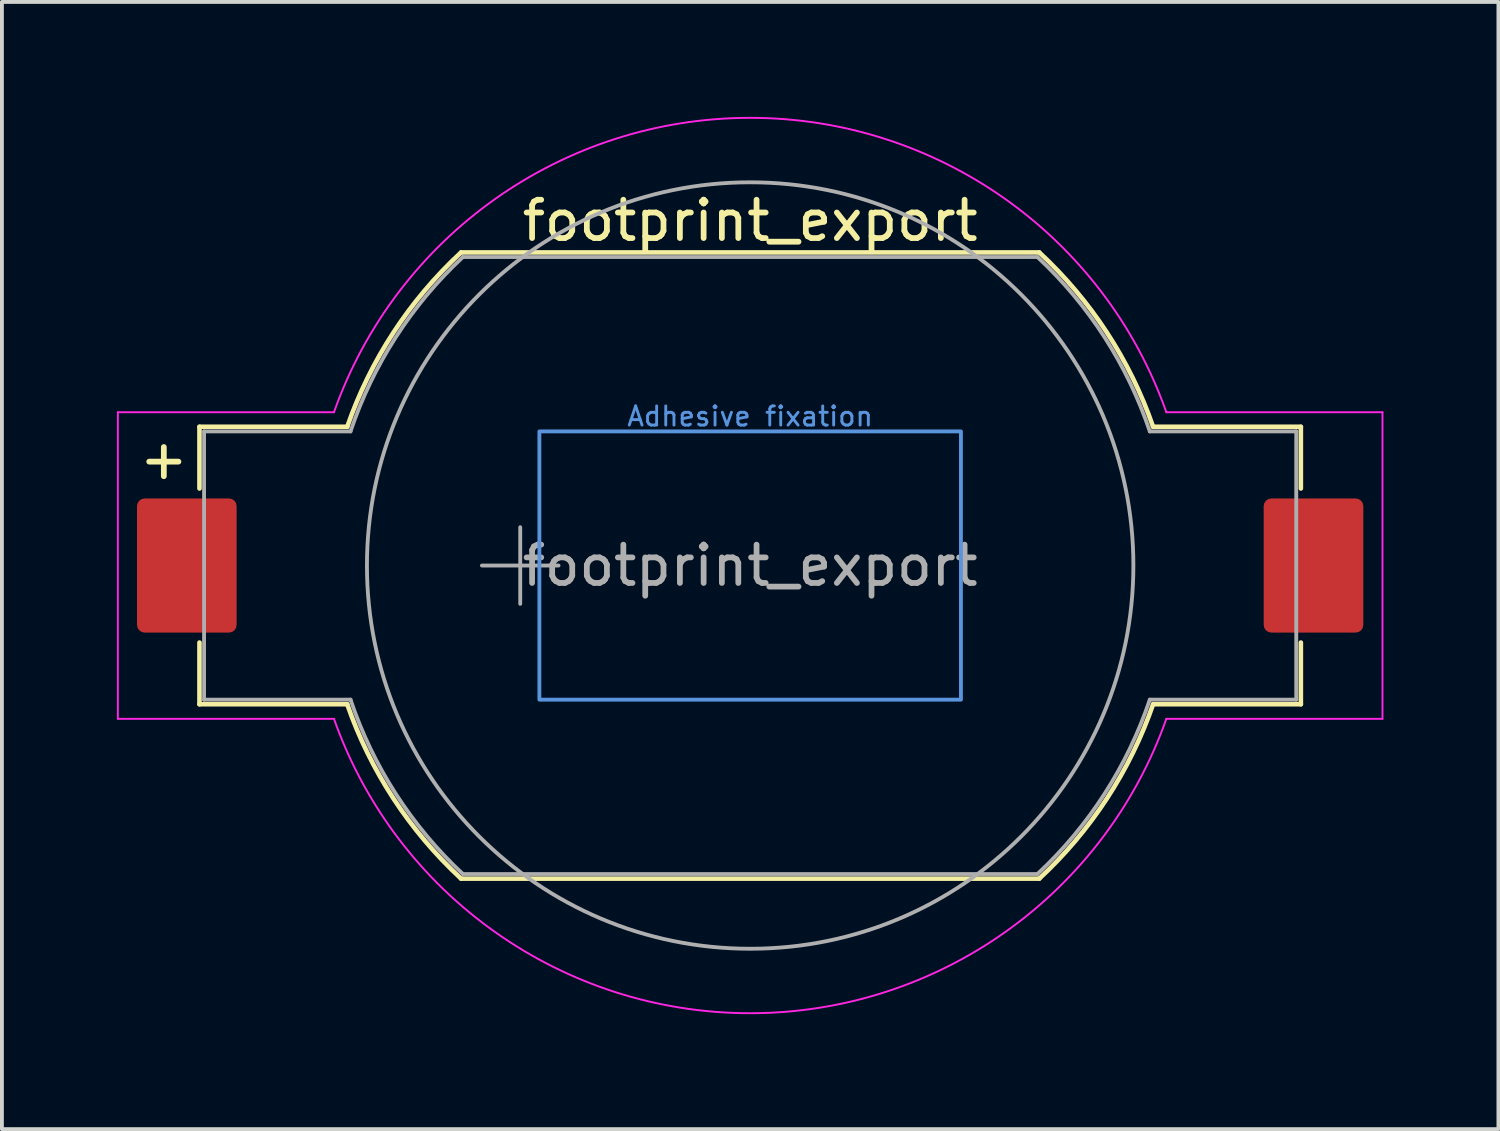
<source format=kicad_pcb>
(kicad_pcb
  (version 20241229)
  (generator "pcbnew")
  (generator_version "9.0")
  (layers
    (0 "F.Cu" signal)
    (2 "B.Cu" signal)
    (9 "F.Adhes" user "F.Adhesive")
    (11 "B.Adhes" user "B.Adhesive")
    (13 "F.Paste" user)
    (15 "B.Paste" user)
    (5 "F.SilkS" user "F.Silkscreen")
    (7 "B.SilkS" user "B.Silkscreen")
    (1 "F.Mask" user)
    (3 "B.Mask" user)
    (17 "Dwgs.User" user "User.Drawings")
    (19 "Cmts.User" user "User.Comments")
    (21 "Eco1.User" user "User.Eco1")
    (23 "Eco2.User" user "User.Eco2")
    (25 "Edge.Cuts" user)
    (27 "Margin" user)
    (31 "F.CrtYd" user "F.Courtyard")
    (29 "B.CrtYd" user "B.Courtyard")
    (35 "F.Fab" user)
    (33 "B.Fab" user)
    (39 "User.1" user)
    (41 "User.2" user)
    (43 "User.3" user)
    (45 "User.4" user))
  (footprint "footprint_export"
    (layer "F.Cu")
    (at 16.525 11.707)
    (property "Reference" "footprint_export" (at 0 -9 0) (layer "F.SilkS") (effects (font (size 1 1) (thickness 0.15))))
    (attr smd)
    (fp_line (start -14.37 -3.62) (end -10.514 -3.62) (stroke (width 0.12) (type solid)) (layer "F.SilkS"))
    (fp_line (start -14.37 -2.01) (end -14.37 -3.62) (stroke (width 0.12) (type solid)) (layer "F.SilkS"))
    (fp_line (start -14.37 3.62) (end -14.37 2.01) (stroke (width 0.12) (type solid)) (layer "F.SilkS"))
    (fp_line (start -10.514 3.62) (end -14.37 3.62) (stroke (width 0.12) (type solid)) (layer "F.SilkS"))
    (fp_line (start -7.544 -8.17) (end 7.544 -8.17) (stroke (width 0.12) (type solid)) (layer "F.SilkS"))
    (fp_line (start 7.544 8.17) (end -7.544 8.17) (stroke (width 0.12) (type solid)) (layer "F.SilkS"))
    (fp_line (start 10.514 -3.62) (end 14.37 -3.62) (stroke (width 0.12) (type solid)) (layer "F.SilkS"))
    (fp_line (start 14.37 -3.62) (end 14.37 -2.01) (stroke (width 0.12) (type solid)) (layer "F.SilkS"))
    (fp_line (start 14.37 2.01) (end 14.37 3.62) (stroke (width 0.12) (type solid)) (layer "F.SilkS"))
    (fp_line (start 14.37 3.62) (end 10.514 3.62) (stroke (width 0.12) (type solid)) (layer "F.SilkS"))
    (fp_arc (start -10.5143 -3.62) (mid -9.309293 -6.078036) (end -7.5436 -8.17) (stroke (width 0.12) (type solid)) (layer "F.SilkS"))
    (fp_arc (start -7.5436 8.17) (mid -9.309293 6.078036) (end -10.5143 3.62) (stroke (width 0.12) (type solid)) (layer "F.SilkS"))
    (fp_arc (start 7.5436 -8.17) (mid 9.309293 -6.078036) (end 10.5143 -3.62) (stroke (width 0.12) (type solid)) (layer "F.SilkS"))
    (fp_arc (start 10.5143 3.62) (mid 9.309293 6.078036) (end 7.5436 8.17) (stroke (width 0.12) (type solid)) (layer "F.SilkS"))
    (fp_rect (start -5.5 -3.5) (end 5.5 3.5) (stroke (width 0.1) (type default)) (fill no) (layer "Cmts.User"))
    (fp_line (start -16.5 -4) (end -10.86 -4) (stroke (width 0.05) (type solid)) (layer "F.CrtYd"))
    (fp_line (start -16.5 4) (end -16.5 -4) (stroke (width 0.05) (type solid)) (layer "F.CrtYd"))
    (fp_line (start -10.86 4) (end -16.5 4) (stroke (width 0.05) (type solid)) (layer "F.CrtYd"))
    (fp_line (start 10.86 -4) (end 16.5 -4) (stroke (width 0.05) (type solid)) (layer "F.CrtYd"))
    (fp_line (start 16.5 -4) (end 16.5 4) (stroke (width 0.05) (type solid)) (layer "F.CrtYd"))
    (fp_line (start 16.5 4) (end 10.86 4) (stroke (width 0.05) (type solid)) (layer "F.CrtYd"))
    (fp_arc (start -10.86 -4) (mid 0 -11.682196) (end 10.86 -4) (stroke (width 0.05) (type solid)) (layer "F.CrtYd"))
    (fp_arc (start 10.86 4) (mid 0 11.682196) (end -10.86 4) (stroke (width 0.05) (type solid)) (layer "F.CrtYd"))
    (fp_line (start -14.25 -3.5) (end -10.428 -3.5) (stroke (width 0.1) (type solid)) (layer "F.Fab"))
    (fp_line (start -14.25 3.5) (end -14.25 -3.5) (stroke (width 0.1) (type solid)) (layer "F.Fab"))
    (fp_line (start -10.428 3.5) (end -14.25 3.5) (stroke (width 0.1) (type solid)) (layer "F.Fab"))
    (fp_line (start -7.497 -8.05) (end 7.497 -8.05) (stroke (width 0.1) (type solid)) (layer "F.Fab"))
    (fp_line (start -7 0) (end -5 0) (stroke (width 0.1) (type solid)) (layer "F.Fab"))
    (fp_line (start -6 -1) (end -6 1) (stroke (width 0.1) (type solid)) (layer "F.Fab"))
    (fp_line (start 7.497 8.05) (end -7.497 8.05) (stroke (width 0.1) (type solid)) (layer "F.Fab"))
    (fp_line (start 10.428 -3.5) (end 14.25 -3.5) (stroke (width 0.1) (type solid)) (layer "F.Fab"))
    (fp_line (start 14.25 -3.5) (end 14.25 3.5) (stroke (width 0.1) (type solid)) (layer "F.Fab"))
    (fp_line (start 14.25 3.5) (end 10.428 3.5) (stroke (width 0.1) (type solid)) (layer "F.Fab"))
    (fp_arc (start -10.4283 -3.5) (mid -9.246774 -5.958237) (end -7.4965 -8.05) (stroke (width 0.1) (type solid)) (layer "F.Fab"))
    (fp_arc (start -7.4965 8.05) (mid -9.246774 5.958237) (end -10.4283 3.5) (stroke (width 0.1) (type solid)) (layer "F.Fab"))
    (fp_arc (start 7.4965 -8.05) (mid 9.246774 -5.958237) (end 10.4283 -3.5) (stroke (width 0.1) (type solid)) (layer "F.Fab"))
    (fp_arc (start 10.4283 3.5) (mid 9.246774 5.958237) (end 7.4965 8.05) (stroke (width 0.1) (type solid)) (layer "F.Fab"))
    (fp_circle (center 0 0) (end 10 0) (stroke (width 0.1) (type solid)) (fill no) (layer "F.Fab"))
    (fp_text user "+" (at -15.3 -2.785 0) (layer "F.SilkS") (effects (font (size 1 1) (thickness 0.15))))
    (fp_text user "Adhesive fixation" (at 0 -3.6 0) (unlocked yes) (layer "Cmts.User") (effects (font (size 0.5 0.5) (thickness 0.075)) (justify bottom)))
    (fp_text user "${REFERENCE}" (at 0 0 0) (layer "F.Fab") (effects (font (size 1 1) (thickness 0.15))))
    (pad "1" smd roundrect (at -14.7 0) (size 2.6 3.5) (layers "F.Cu" "F.Mask" "F.Paste") (roundrect_rratio 0.077))
    (pad "2" smd roundrect (at 14.7 0) (size 2.6 3.5) (layers "F.Cu" "F.Mask" "F.Paste") (roundrect_rratio 0.077)))
  (gr_rect
    (start -3 -3)
    (end 36.05 26.414)
    (stroke (width 0.1) (type default))
    (fill no)
    (layer "Edge.Cuts")))
</source>
